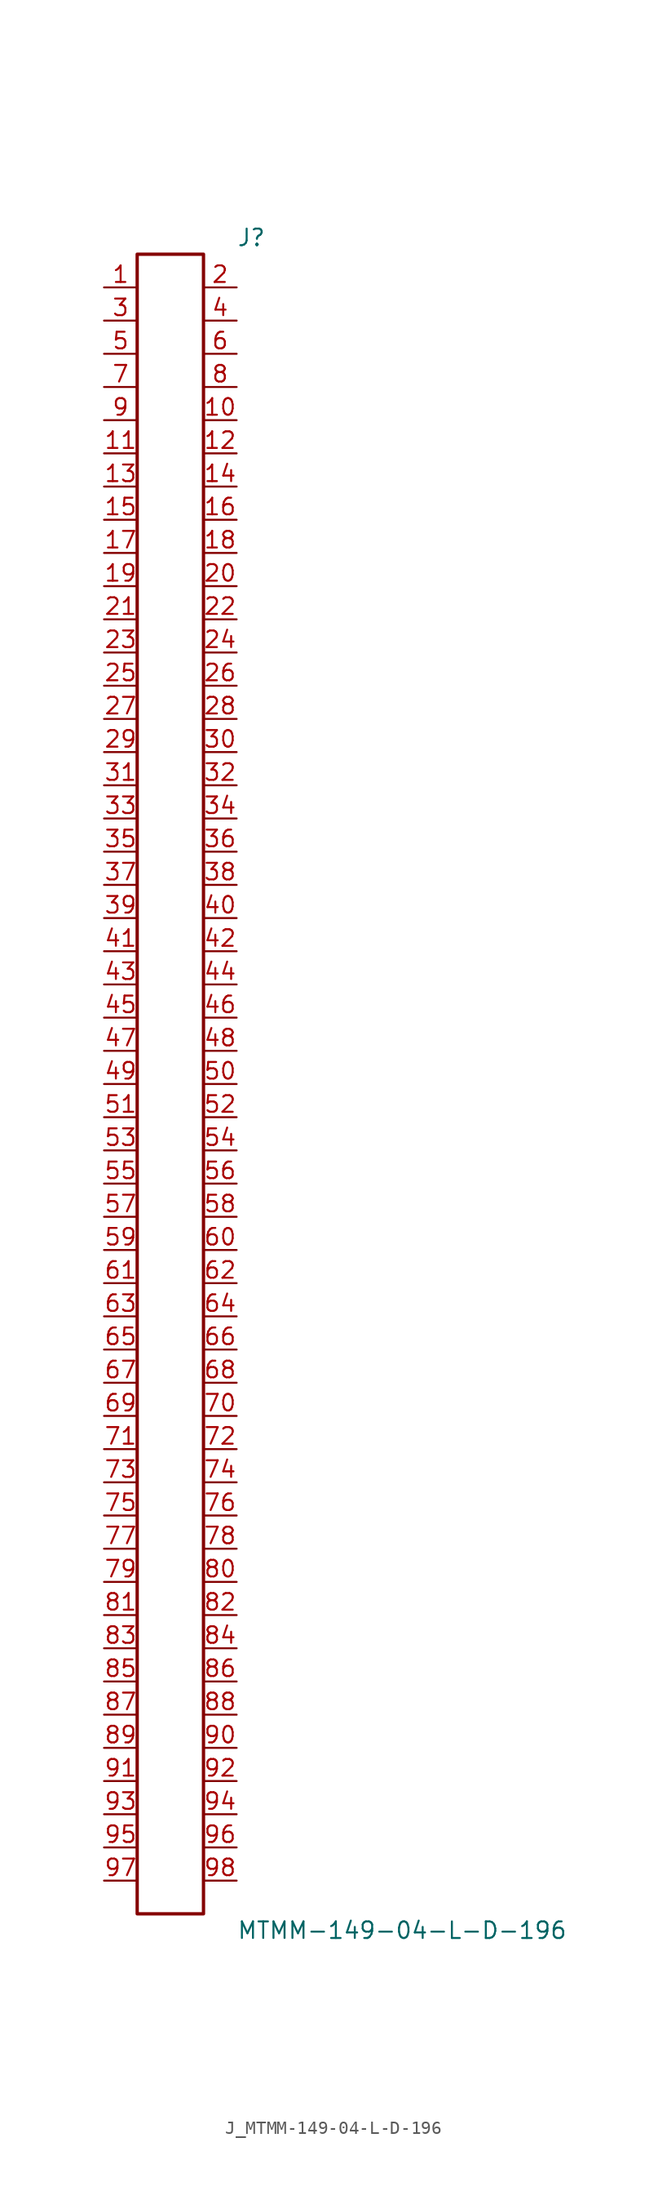
<source format=kicad_sym>
(kicad_symbol_lib
  (version 20231120)
  (generator kicad_symbol_editor)
  (generator_version 8.0)
  (symbol "J_MTMM-149-04-L-D-196"
    (pin_names
      (offset 0.254))
    (property "Reference" "J"
      (at 5.08 64.77 0)
      (effects (font (size 1.27 1.27)) (justify left)))
    (property "Value" "MTMM-149-04-L-D-196"
      (at 5.08 -64.77 0)
      (effects (font (size 1.27 1.27)) (justify left)))
    (symbol "J_MTMM-149-04-L-D-196_0_0"
      (pin passive line (at -5.08 60.96 0) (length 2.54) (name "" (effects (font (size 1.27 1.27)))) (number "1" (effects (font (size 1.27 1.27)))))
      (pin passive line (at 5.08 60.96 180) (length 2.54) (name "" (effects (font (size 1.27 1.27)))) (number "2" (effects (font (size 1.27 1.27)))))
      (pin passive line (at -5.08 58.42 0) (length 2.54) (name "" (effects (font (size 1.27 1.27)))) (number "3" (effects (font (size 1.27 1.27)))))
      (pin passive line (at 5.08 58.42 180) (length 2.54) (name "" (effects (font (size 1.27 1.27)))) (number "4" (effects (font (size 1.27 1.27)))))
      (pin passive line (at -5.08 55.88 0) (length 2.54) (name "" (effects (font (size 1.27 1.27)))) (number "5" (effects (font (size 1.27 1.27)))))
      (pin passive line (at 5.08 55.88 180) (length 2.54) (name "" (effects (font (size 1.27 1.27)))) (number "6" (effects (font (size 1.27 1.27)))))
      (pin passive line (at -5.08 53.34 0) (length 2.54) (name "" (effects (font (size 1.27 1.27)))) (number "7" (effects (font (size 1.27 1.27)))))
      (pin passive line (at 5.08 53.34 180) (length 2.54) (name "" (effects (font (size 1.27 1.27)))) (number "8" (effects (font (size 1.27 1.27)))))
      (pin passive line (at -5.08 50.8 0) (length 2.54) (name "" (effects (font (size 1.27 1.27)))) (number "9" (effects (font (size 1.27 1.27)))))
      (pin passive line (at 5.08 50.8 180) (length 2.54) (name "" (effects (font (size 1.27 1.27)))) (number "10" (effects (font (size 1.27 1.27)))))
      (pin passive line (at -5.08 48.26 0) (length 2.54) (name "" (effects (font (size 1.27 1.27)))) (number "11" (effects (font (size 1.27 1.27)))))
      (pin passive line (at 5.08 48.26 180) (length 2.54) (name "" (effects (font (size 1.27 1.27)))) (number "12" (effects (font (size 1.27 1.27)))))
      (pin passive line (at -5.08 45.72 0) (length 2.54) (name "" (effects (font (size 1.27 1.27)))) (number "13" (effects (font (size 1.27 1.27)))))
      (pin passive line (at 5.08 45.72 180) (length 2.54) (name "" (effects (font (size 1.27 1.27)))) (number "14" (effects (font (size 1.27 1.27)))))
      (pin passive line (at -5.08 43.18 0) (length 2.54) (name "" (effects (font (size 1.27 1.27)))) (number "15" (effects (font (size 1.27 1.27)))))
      (pin passive line (at 5.08 43.18 180) (length 2.54) (name "" (effects (font (size 1.27 1.27)))) (number "16" (effects (font (size 1.27 1.27)))))
      (pin passive line (at -5.08 40.64 0) (length 2.54) (name "" (effects (font (size 1.27 1.27)))) (number "17" (effects (font (size 1.27 1.27)))))
      (pin passive line (at 5.08 40.64 180) (length 2.54) (name "" (effects (font (size 1.27 1.27)))) (number "18" (effects (font (size 1.27 1.27)))))
      (pin passive line (at -5.08 38.1 0) (length 2.54) (name "" (effects (font (size 1.27 1.27)))) (number "19" (effects (font (size 1.27 1.27)))))
      (pin passive line (at 5.08 38.1 180) (length 2.54) (name "" (effects (font (size 1.27 1.27)))) (number "20" (effects (font (size 1.27 1.27)))))
      (pin passive line (at -5.08 35.56 0) (length 2.54) (name "" (effects (font (size 1.27 1.27)))) (number "21" (effects (font (size 1.27 1.27)))))
      (pin passive line (at 5.08 35.56 180) (length 2.54) (name "" (effects (font (size 1.27 1.27)))) (number "22" (effects (font (size 1.27 1.27)))))
      (pin passive line (at -5.08 33.02 0) (length 2.54) (name "" (effects (font (size 1.27 1.27)))) (number "23" (effects (font (size 1.27 1.27)))))
      (pin passive line (at 5.08 33.02 180) (length 2.54) (name "" (effects (font (size 1.27 1.27)))) (number "24" (effects (font (size 1.27 1.27)))))
      (pin passive line (at -5.08 30.48 0) (length 2.54) (name "" (effects (font (size 1.27 1.27)))) (number "25" (effects (font (size 1.27 1.27)))))
      (pin passive line (at 5.08 30.48 180) (length 2.54) (name "" (effects (font (size 1.27 1.27)))) (number "26" (effects (font (size 1.27 1.27)))))
      (pin passive line (at -5.08 27.94 0) (length 2.54) (name "" (effects (font (size 1.27 1.27)))) (number "27" (effects (font (size 1.27 1.27)))))
      (pin passive line (at 5.08 27.94 180) (length 2.54) (name "" (effects (font (size 1.27 1.27)))) (number "28" (effects (font (size 1.27 1.27)))))
      (pin passive line (at -5.08 25.4 0) (length 2.54) (name "" (effects (font (size 1.27 1.27)))) (number "29" (effects (font (size 1.27 1.27)))))
      (pin passive line (at 5.08 25.4 180) (length 2.54) (name "" (effects (font (size 1.27 1.27)))) (number "30" (effects (font (size 1.27 1.27)))))
      (pin passive line (at -5.08 22.86 0) (length 2.54) (name "" (effects (font (size 1.27 1.27)))) (number "31" (effects (font (size 1.27 1.27)))))
      (pin passive line (at 5.08 22.86 180) (length 2.54) (name "" (effects (font (size 1.27 1.27)))) (number "32" (effects (font (size 1.27 1.27)))))
      (pin passive line (at -5.08 20.32 0) (length 2.54) (name "" (effects (font (size 1.27 1.27)))) (number "33" (effects (font (size 1.27 1.27)))))
      (pin passive line (at 5.08 20.32 180) (length 2.54) (name "" (effects (font (size 1.27 1.27)))) (number "34" (effects (font (size 1.27 1.27)))))
      (pin passive line (at -5.08 17.78 0) (length 2.54) (name "" (effects (font (size 1.27 1.27)))) (number "35" (effects (font (size 1.27 1.27)))))
      (pin passive line (at 5.08 17.78 180) (length 2.54) (name "" (effects (font (size 1.27 1.27)))) (number "36" (effects (font (size 1.27 1.27)))))
      (pin passive line (at -5.08 15.24 0) (length 2.54) (name "" (effects (font (size 1.27 1.27)))) (number "37" (effects (font (size 1.27 1.27)))))
      (pin passive line (at 5.08 15.24 180) (length 2.54) (name "" (effects (font (size 1.27 1.27)))) (number "38" (effects (font (size 1.27 1.27)))))
      (pin passive line (at -5.08 12.7 0) (length 2.54) (name "" (effects (font (size 1.27 1.27)))) (number "39" (effects (font (size 1.27 1.27)))))
      (pin passive line (at 5.08 12.7 180) (length 2.54) (name "" (effects (font (size 1.27 1.27)))) (number "40" (effects (font (size 1.27 1.27)))))
      (pin passive line (at -5.08 10.16 0) (length 2.54) (name "" (effects (font (size 1.27 1.27)))) (number "41" (effects (font (size 1.27 1.27)))))
      (pin passive line (at 5.08 10.16 180) (length 2.54) (name "" (effects (font (size 1.27 1.27)))) (number "42" (effects (font (size 1.27 1.27)))))
      (pin passive line (at -5.08 7.62 0) (length 2.54) (name "" (effects (font (size 1.27 1.27)))) (number "43" (effects (font (size 1.27 1.27)))))
      (pin passive line (at 5.08 7.62 180) (length 2.54) (name "" (effects (font (size 1.27 1.27)))) (number "44" (effects (font (size 1.27 1.27)))))
      (pin passive line (at -5.08 5.08 0) (length 2.54) (name "" (effects (font (size 1.27 1.27)))) (number "45" (effects (font (size 1.27 1.27)))))
      (pin passive line (at 5.08 5.08 180) (length 2.54) (name "" (effects (font (size 1.27 1.27)))) (number "46" (effects (font (size 1.27 1.27)))))
      (pin passive line (at -5.08 2.54 0) (length 2.54) (name "" (effects (font (size 1.27 1.27)))) (number "47" (effects (font (size 1.27 1.27)))))
      (pin passive line (at 5.08 2.54 180) (length 2.54) (name "" (effects (font (size 1.27 1.27)))) (number "48" (effects (font (size 1.27 1.27)))))
      (pin passive line (at -5.08 0.0 0) (length 2.54) (name "" (effects (font (size 1.27 1.27)))) (number "49" (effects (font (size 1.27 1.27)))))
      (pin passive line (at 5.08 0.0 180) (length 2.54) (name "" (effects (font (size 1.27 1.27)))) (number "50" (effects (font (size 1.27 1.27)))))
      (pin passive line (at -5.08 -2.54 0) (length 2.54) (name "" (effects (font (size 1.27 1.27)))) (number "51" (effects (font (size 1.27 1.27)))))
      (pin passive line (at 5.08 -2.54 180) (length 2.54) (name "" (effects (font (size 1.27 1.27)))) (number "52" (effects (font (size 1.27 1.27)))))
      (pin passive line (at -5.08 -5.08 0) (length 2.54) (name "" (effects (font (size 1.27 1.27)))) (number "53" (effects (font (size 1.27 1.27)))))
      (pin passive line (at 5.08 -5.08 180) (length 2.54) (name "" (effects (font (size 1.27 1.27)))) (number "54" (effects (font (size 1.27 1.27)))))
      (pin passive line (at -5.08 -7.62 0) (length 2.54) (name "" (effects (font (size 1.27 1.27)))) (number "55" (effects (font (size 1.27 1.27)))))
      (pin passive line (at 5.08 -7.62 180) (length 2.54) (name "" (effects (font (size 1.27 1.27)))) (number "56" (effects (font (size 1.27 1.27)))))
      (pin passive line (at -5.08 -10.16 0) (length 2.54) (name "" (effects (font (size 1.27 1.27)))) (number "57" (effects (font (size 1.27 1.27)))))
      (pin passive line (at 5.08 -10.16 180) (length 2.54) (name "" (effects (font (size 1.27 1.27)))) (number "58" (effects (font (size 1.27 1.27)))))
      (pin passive line (at -5.08 -12.7 0) (length 2.54) (name "" (effects (font (size 1.27 1.27)))) (number "59" (effects (font (size 1.27 1.27)))))
      (pin passive line (at 5.08 -12.7 180) (length 2.54) (name "" (effects (font (size 1.27 1.27)))) (number "60" (effects (font (size 1.27 1.27)))))
      (pin passive line (at -5.08 -15.24 0) (length 2.54) (name "" (effects (font (size 1.27 1.27)))) (number "61" (effects (font (size 1.27 1.27)))))
      (pin passive line (at 5.08 -15.24 180) (length 2.54) (name "" (effects (font (size 1.27 1.27)))) (number "62" (effects (font (size 1.27 1.27)))))
      (pin passive line (at -5.08 -17.78 0) (length 2.54) (name "" (effects (font (size 1.27 1.27)))) (number "63" (effects (font (size 1.27 1.27)))))
      (pin passive line (at 5.08 -17.78 180) (length 2.54) (name "" (effects (font (size 1.27 1.27)))) (number "64" (effects (font (size 1.27 1.27)))))
      (pin passive line (at -5.08 -20.32 0) (length 2.54) (name "" (effects (font (size 1.27 1.27)))) (number "65" (effects (font (size 1.27 1.27)))))
      (pin passive line (at 5.08 -20.32 180) (length 2.54) (name "" (effects (font (size 1.27 1.27)))) (number "66" (effects (font (size 1.27 1.27)))))
      (pin passive line (at -5.08 -22.86 0) (length 2.54) (name "" (effects (font (size 1.27 1.27)))) (number "67" (effects (font (size 1.27 1.27)))))
      (pin passive line (at 5.08 -22.86 180) (length 2.54) (name "" (effects (font (size 1.27 1.27)))) (number "68" (effects (font (size 1.27 1.27)))))
      (pin passive line (at -5.08 -25.4 0) (length 2.54) (name "" (effects (font (size 1.27 1.27)))) (number "69" (effects (font (size 1.27 1.27)))))
      (pin passive line (at 5.08 -25.4 180) (length 2.54) (name "" (effects (font (size 1.27 1.27)))) (number "70" (effects (font (size 1.27 1.27)))))
      (pin passive line (at -5.08 -27.94 0) (length 2.54) (name "" (effects (font (size 1.27 1.27)))) (number "71" (effects (font (size 1.27 1.27)))))
      (pin passive line (at 5.08 -27.94 180) (length 2.54) (name "" (effects (font (size 1.27 1.27)))) (number "72" (effects (font (size 1.27 1.27)))))
      (pin passive line (at -5.08 -30.48 0) (length 2.54) (name "" (effects (font (size 1.27 1.27)))) (number "73" (effects (font (size 1.27 1.27)))))
      (pin passive line (at 5.08 -30.48 180) (length 2.54) (name "" (effects (font (size 1.27 1.27)))) (number "74" (effects (font (size 1.27 1.27)))))
      (pin passive line (at -5.08 -33.02 0) (length 2.54) (name "" (effects (font (size 1.27 1.27)))) (number "75" (effects (font (size 1.27 1.27)))))
      (pin passive line (at 5.08 -33.02 180) (length 2.54) (name "" (effects (font (size 1.27 1.27)))) (number "76" (effects (font (size 1.27 1.27)))))
      (pin passive line (at -5.08 -35.56 0) (length 2.54) (name "" (effects (font (size 1.27 1.27)))) (number "77" (effects (font (size 1.27 1.27)))))
      (pin passive line (at 5.08 -35.56 180) (length 2.54) (name "" (effects (font (size 1.27 1.27)))) (number "78" (effects (font (size 1.27 1.27)))))
      (pin passive line (at -5.08 -38.1 0) (length 2.54) (name "" (effects (font (size 1.27 1.27)))) (number "79" (effects (font (size 1.27 1.27)))))
      (pin passive line (at 5.08 -38.1 180) (length 2.54) (name "" (effects (font (size 1.27 1.27)))) (number "80" (effects (font (size 1.27 1.27)))))
      (pin passive line (at -5.08 -40.64 0) (length 2.54) (name "" (effects (font (size 1.27 1.27)))) (number "81" (effects (font (size 1.27 1.27)))))
      (pin passive line (at 5.08 -40.64 180) (length 2.54) (name "" (effects (font (size 1.27 1.27)))) (number "82" (effects (font (size 1.27 1.27)))))
      (pin passive line (at -5.08 -43.18 0) (length 2.54) (name "" (effects (font (size 1.27 1.27)))) (number "83" (effects (font (size 1.27 1.27)))))
      (pin passive line (at 5.08 -43.18 180) (length 2.54) (name "" (effects (font (size 1.27 1.27)))) (number "84" (effects (font (size 1.27 1.27)))))
      (pin passive line (at -5.08 -45.72 0) (length 2.54) (name "" (effects (font (size 1.27 1.27)))) (number "85" (effects (font (size 1.27 1.27)))))
      (pin passive line (at 5.08 -45.72 180) (length 2.54) (name "" (effects (font (size 1.27 1.27)))) (number "86" (effects (font (size 1.27 1.27)))))
      (pin passive line (at -5.08 -48.26 0) (length 2.54) (name "" (effects (font (size 1.27 1.27)))) (number "87" (effects (font (size 1.27 1.27)))))
      (pin passive line (at 5.08 -48.26 180) (length 2.54) (name "" (effects (font (size 1.27 1.27)))) (number "88" (effects (font (size 1.27 1.27)))))
      (pin passive line (at -5.08 -50.8 0) (length 2.54) (name "" (effects (font (size 1.27 1.27)))) (number "89" (effects (font (size 1.27 1.27)))))
      (pin passive line (at 5.08 -50.8 180) (length 2.54) (name "" (effects (font (size 1.27 1.27)))) (number "90" (effects (font (size 1.27 1.27)))))
      (pin passive line (at -5.08 -53.34 0) (length 2.54) (name "" (effects (font (size 1.27 1.27)))) (number "91" (effects (font (size 1.27 1.27)))))
      (pin passive line (at 5.08 -53.34 180) (length 2.54) (name "" (effects (font (size 1.27 1.27)))) (number "92" (effects (font (size 1.27 1.27)))))
      (pin passive line (at -5.08 -55.88 0) (length 2.54) (name "" (effects (font (size 1.27 1.27)))) (number "93" (effects (font (size 1.27 1.27)))))
      (pin passive line (at 5.08 -55.88 180) (length 2.54) (name "" (effects (font (size 1.27 1.27)))) (number "94" (effects (font (size 1.27 1.27)))))
      (pin passive line (at -5.08 -58.42 0) (length 2.54) (name "" (effects (font (size 1.27 1.27)))) (number "95" (effects (font (size 1.27 1.27)))))
      (pin passive line (at 5.08 -58.42 180) (length 2.54) (name "" (effects (font (size 1.27 1.27)))) (number "96" (effects (font (size 1.27 1.27)))))
      (pin passive line (at -5.08 -60.96 0) (length 2.54) (name "" (effects (font (size 1.27 1.27)))) (number "97" (effects (font (size 1.27 1.27)))))
      (pin passive line (at 5.08 -60.96 180) (length 2.54) (name "" (effects (font (size 1.27 1.27)))) (number "98" (effects (font (size 1.27 1.27))))))
    (symbol "J_MTMM-149-04-L-D-196_1_0"
      (rectangle (start -2.54 63.5) (end 2.54 -63.5) (stroke (width 0.254) (type solid)) (fill (type none))))))
</source>
